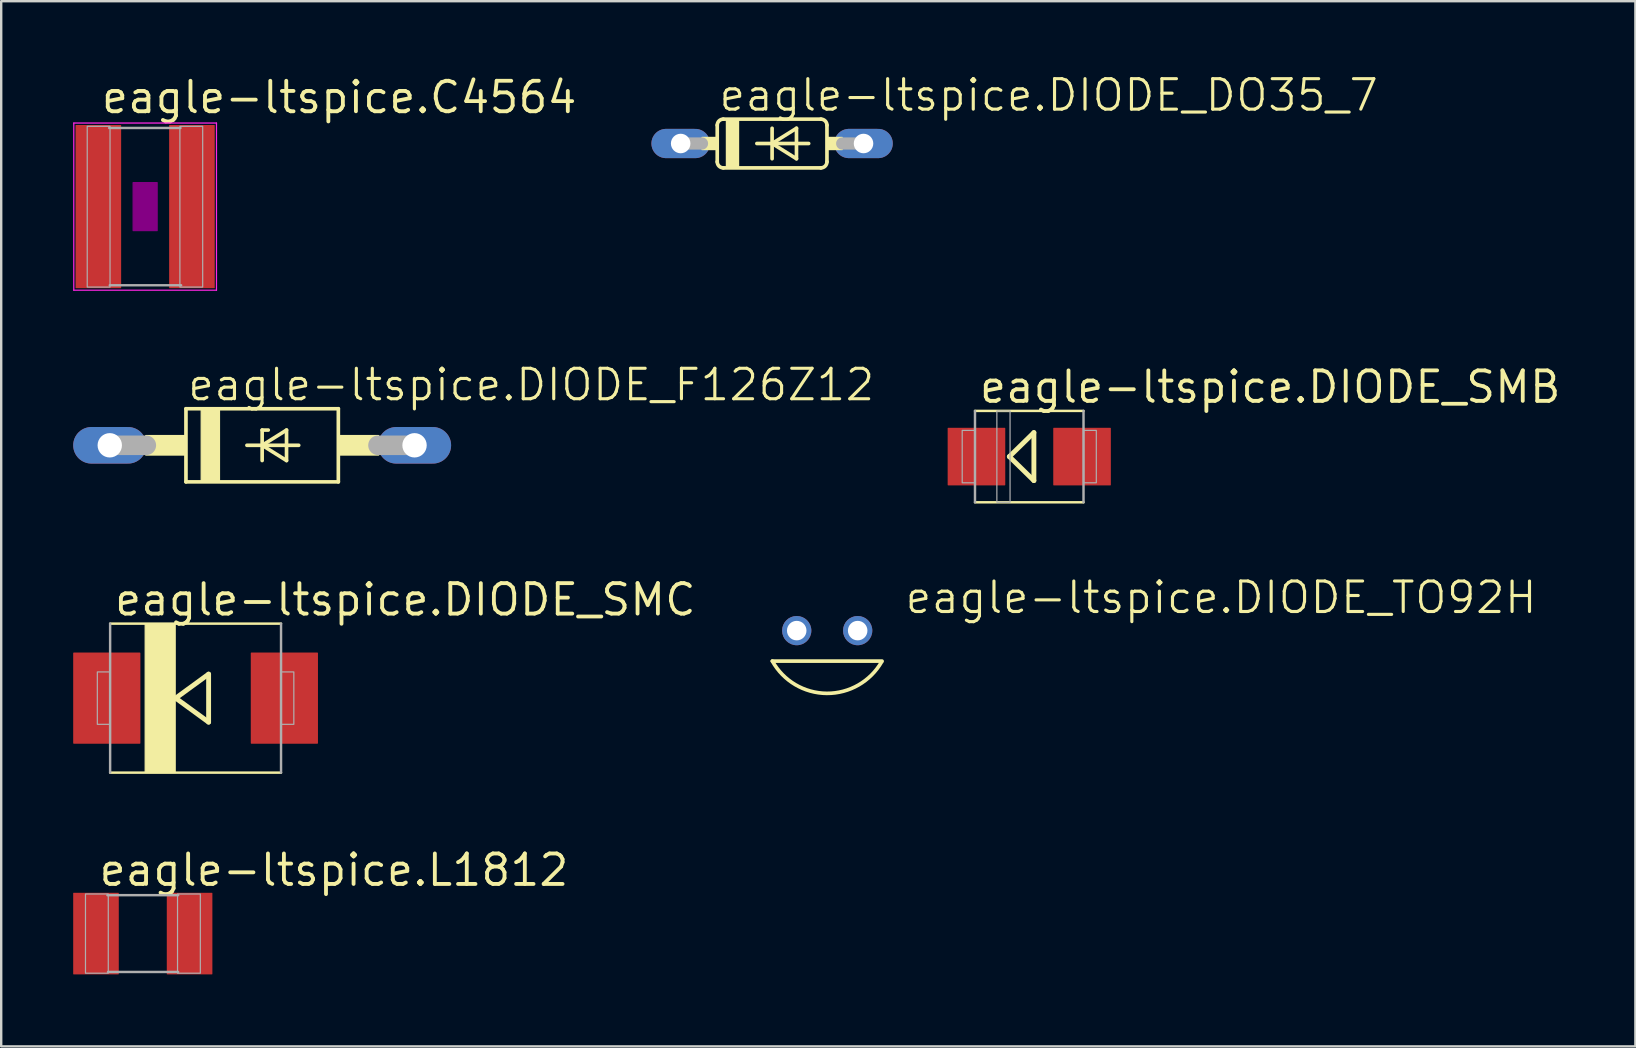
<source format=kicad_pcb>
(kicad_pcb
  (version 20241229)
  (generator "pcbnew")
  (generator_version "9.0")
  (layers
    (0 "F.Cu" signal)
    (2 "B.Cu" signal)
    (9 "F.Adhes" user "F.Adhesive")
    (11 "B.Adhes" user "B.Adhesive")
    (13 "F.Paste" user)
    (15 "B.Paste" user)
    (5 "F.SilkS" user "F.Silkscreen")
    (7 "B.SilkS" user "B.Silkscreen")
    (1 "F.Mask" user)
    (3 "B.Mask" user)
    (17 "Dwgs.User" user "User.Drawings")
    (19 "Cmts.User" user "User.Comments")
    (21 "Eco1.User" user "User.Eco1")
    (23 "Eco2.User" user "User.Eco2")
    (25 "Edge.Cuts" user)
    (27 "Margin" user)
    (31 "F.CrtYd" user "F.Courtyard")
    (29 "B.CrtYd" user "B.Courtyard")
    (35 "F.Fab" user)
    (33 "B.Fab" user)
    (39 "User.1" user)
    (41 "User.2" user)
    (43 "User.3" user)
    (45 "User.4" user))
  (footprint "eagle-ltspice.DIODE_SMC"
    (layer "F.Cu")
    (at 5.1 26.042)
    (property "Reference" "eagle-ltspice.DIODE_SMC" (at -3.459 -3.359 0) (layer "F.SilkS") (effects (font (size 1.27 1.27) (thickness 0.16)) (justify left bottom)))
    (attr smd)
    (fp_line (start -3.561 -3.105) (end 3.561 -3.105) (stroke (width 0.102) (type default)) (layer "F.SilkS"))
    (fp_line (start -3.561 3.105) (end 3.561 3.105) (stroke (width 0.102) (type default)) (layer "F.SilkS"))
    (fp_line (start -0.83 0) (end 0.543 1) (stroke (width 0.203) (type default)) (layer "F.SilkS"))
    (fp_line (start 0.543 -1) (end -0.83 0) (stroke (width 0.203) (type default)) (layer "F.SilkS"))
    (fp_line (start 0.543 1) (end 0.543 -1) (stroke (width 0.203) (type default)) (layer "F.SilkS"))
    (fp_rect (start -2.1 3.1) (end -0.85 -3.1) (stroke (width 0.05) (type default)) (fill yes) (layer "F.SilkS"))
    (fp_line (start -3.561 3.105) (end -3.561 -3.105) (stroke (width 0.102) (type default)) (layer "F.Fab"))
    (fp_line (start 3.561 3.105) (end 3.561 -3.105) (stroke (width 0.102) (type default)) (layer "F.Fab"))
    (fp_rect (start -4.094 1.092) (end -3.561 -1.092) (stroke (width 0.05) (type default)) (fill no) (layer "F.Fab"))
    (fp_rect (start 3.561 1.092) (end 4.094 -1.092) (stroke (width 0.05) (type default)) (fill no) (layer "F.Fab"))
    (pad "A" smd roundrect (at 3.7 0) (size 2.8 3.8) (layers "F.Cu" "F.Mask" "F.Paste") (roundrect_rratio 0.01))
    (pad "C" smd roundrect (at -3.7 0) (size 2.8 3.8) (layers "F.Cu" "F.Mask" "F.Paste") (roundrect_rratio 0.01)))
  (footprint "eagle-ltspice.DIODE_DO35_7"
    (layer "F.Cu")
    (at 29.124 2.93)
    (property "Reference" "eagle-ltspice.DIODE_DO35_7" (at -2.286 -1.27 0) (layer "F.SilkS") (effects (font (size 1.27 1.27) (thickness 0.13)) (justify left bottom)))
    (attr through_hole)
    (fp_line (start -2.286 -0.762) (end -2.286 0.762) (stroke (width 0.152) (type default)) (layer "F.SilkS"))
    (fp_line (start -2.032 -1.016) (end 2.032 -1.016) (stroke (width 0.152) (type default)) (layer "F.SilkS"))
    (fp_line (start -2.032 1.016) (end 2.032 1.016) (stroke (width 0.152) (type default)) (layer "F.SilkS"))
    (fp_line (start -0.635 0) (end 0 0) (stroke (width 0.152) (type default)) (layer "F.SilkS"))
    (fp_line (start 0 -0.635) (end 0 0) (stroke (width 0.152) (type default)) (layer "F.SilkS"))
    (fp_line (start 0 0) (end 0 0.635) (stroke (width 0.152) (type default)) (layer "F.SilkS"))
    (fp_line (start 0 0) (end 1.016 -0.635) (stroke (width 0.152) (type default)) (layer "F.SilkS"))
    (fp_line (start 0 0) (end 1.524 0) (stroke (width 0.152) (type default)) (layer "F.SilkS"))
    (fp_line (start 1.016 -0.635) (end 1.016 0.635) (stroke (width 0.152) (type default)) (layer "F.SilkS"))
    (fp_line (start 1.016 0.635) (end 0 0) (stroke (width 0.152) (type default)) (layer "F.SilkS"))
    (fp_line (start 2.286 -0.762) (end 2.286 0.762) (stroke (width 0.152) (type default)) (layer "F.SilkS"))
    (fp_rect (start -2.921 0.254) (end -2.286 -0.254) (stroke (width 0.05) (type default)) (fill yes) (layer "F.SilkS"))
    (fp_rect (start -1.905 1.016) (end -1.397 -1.016) (stroke (width 0.05) (type default)) (fill yes) (layer "F.SilkS"))
    (fp_rect (start 2.286 0.254) (end 2.921 -0.254) (stroke (width 0.05) (type default)) (fill yes) (layer "F.SilkS"))
    (fp_arc (start -2.286 -0.762) (mid -2.211605 -0.941605) (end -2.032 -1.016) (stroke (width 0.1524) (type default)) (layer "F.SilkS"))
    (fp_arc (start -2.032 1.016) (mid -2.211605 0.941605) (end -2.286 0.762) (stroke (width 0.1524) (type default)) (layer "F.SilkS"))
    (fp_arc (start 2.032 -1.016) (mid 2.211605 -0.941605) (end 2.286 -0.762) (stroke (width 0.1524) (type default)) (layer "F.SilkS"))
    (fp_arc (start 2.286 0.762) (mid 2.211605 0.941605) (end 2.032 1.016) (stroke (width 0.1524) (type default)) (layer "F.SilkS"))
    (fp_line (start -3.81 0) (end -2.921 0) (stroke (width 0.508) (type default)) (layer "F.Fab"))
    (fp_line (start 3.81 0) (end 2.921 0) (stroke (width 0.508) (type default)) (layer "F.Fab"))
    (pad "A" thru_hole oval (at 3.81 0) (size 2.438 1.219) (drill 0.813) (layers "*.Cu" "*.Mask"))
    (pad "C" thru_hole oval (at -3.81 0) (size 2.438 1.219) (drill 0.813) (layers "*.Cu" "*.Mask")))
  (footprint "eagle-ltspice.DIODE_TO92H"
    (layer "F.Cu")
    (at 31.42 23.228)
    (property "Reference" "eagle-ltspice.DIODE_TO92H" (at 3.175 -0.635 0) (layer "F.SilkS") (effects (font (size 1.27 1.27) (thickness 0.13)) (justify left bottom)))
    (attr through_hole)
    (fp_line (start -2.286 1.27) (end 2.286 1.27) (stroke (width 0.152) (type default)) (layer "F.SilkS"))
    (fp_arc (start 2.2705 1.2974) (mid -0.015756 2.615016) (end -2.286 1.27) (stroke (width 0.1524) (type default)) (layer "F.SilkS"))
    (pad "1" thru_hole circle (at -1.27 0) (size 1.219 1.219) (drill 0.813) (layers "*.Cu" "*.Mask"))
    (pad "2" thru_hole circle (at 1.27 0) (size 1.219 1.219) (drill 0.813) (layers "*.Cu" "*.Mask")))
  (footprint "eagle-ltspice.C4564"
    (layer "F.Cu")
    (at 2.998 5.56)
    (property "Reference" "eagle-ltspice.C4564" (at -1.905 -3.81 0) (layer "F.SilkS") (effects (font (size 1.27 1.27) (thickness 0.16)) (justify left bottom)))
    (attr smd)
    (fp_rect (start -0.5 1) (end 0.5 -1) (stroke (width 0.05) (type default)) (fill yes) (layer "F.Adhes"))
    (fp_line (start -2.973 -3.483) (end 2.973 -3.483) (stroke (width 0.051) (type default)) (layer "F.CrtYd"))
    (fp_line (start -2.973 3.483) (end -2.973 -3.483) (stroke (width 0.051) (type default)) (layer "F.CrtYd"))
    (fp_line (start 2.973 -3.483) (end 2.973 3.483) (stroke (width 0.051) (type default)) (layer "F.CrtYd"))
    (fp_line (start 2.973 3.483) (end -2.973 3.483) (stroke (width 0.051) (type default)) (layer "F.CrtYd"))
    (fp_line (start -1.499 -3.277) (end 1.473 -3.277) (stroke (width 0.102) (type default)) (layer "F.Fab"))
    (fp_line (start -1.473 3.277) (end 1.499 3.277) (stroke (width 0.102) (type default)) (layer "F.Fab"))
    (fp_rect (start -2.413 3.353) (end -1.463 -3.347) (stroke (width 0.05) (type default)) (fill no) (layer "F.Fab"))
    (fp_rect (start 1.448 3.353) (end 2.398 -3.347) (stroke (width 0.05) (type default)) (fill no) (layer "F.Fab"))
    (pad "1" smd roundrect (at -1.95 0) (size 1.9 6.8) (layers "F.Cu" "F.Mask" "F.Paste") (roundrect_rratio 0.01))
    (pad "2" smd roundrect (at 1.95 0) (size 1.9 6.8) (layers "F.Cu" "F.Mask" "F.Paste") (roundrect_rratio 0.01)))
  (footprint "eagle-ltspice.L1812"
    (layer "F.Cu")
    (at 2.9 35.853)
    (property "Reference" "eagle-ltspice.L1812" (at -1.905 -1.905 0) (layer "F.SilkS") (effects (font (size 1.27 1.27) (thickness 0.16)) (justify left bottom)))
    (attr smd)
    (fp_line (start -1.473 -1.6) (end 1.473 -1.6) (stroke (width 0.102) (type default)) (layer "F.Fab"))
    (fp_line (start -1.448 1.6) (end 1.473 1.6) (stroke (width 0.102) (type default)) (layer "F.Fab"))
    (fp_rect (start -2.388 1.651) (end -1.438 -1.649) (stroke (width 0.05) (type default)) (fill no) (layer "F.Fab"))
    (fp_rect (start 1.448 1.651) (end 2.398 -1.649) (stroke (width 0.05) (type default)) (fill no) (layer "F.Fab"))
    (pad "1" smd roundrect (at -1.95 0) (size 1.9 3.4) (layers "F.Cu" "F.Mask" "F.Paste") (roundrect_rratio 0.01))
    (pad "2" smd roundrect (at 1.95 0) (size 1.9 3.4) (layers "F.Cu" "F.Mask" "F.Paste") (roundrect_rratio 0.01)))
  (footprint "eagle-ltspice.DIODE_SMB"
    (layer "F.Cu")
    (at 39.84 15.977)
    (property "Reference" "eagle-ltspice.DIODE_SMB" (at -2.159 -2.159 0) (layer "F.SilkS") (effects (font (size 1.27 1.27) (thickness 0.16)) (justify left bottom)))
    (attr smd)
    (fp_line (start -2.261 -1.905) (end 2.261 -1.905) (stroke (width 0.102) (type default)) (layer "F.SilkS"))
    (fp_line (start -2.261 1.905) (end 2.261 1.905) (stroke (width 0.102) (type default)) (layer "F.SilkS"))
    (fp_line (start -0.83 0) (end 0.193 1) (stroke (width 0.203) (type default)) (layer "F.SilkS"))
    (fp_line (start 0.193 -1) (end -0.83 0) (stroke (width 0.203) (type default)) (layer "F.SilkS"))
    (fp_line (start 0.193 1) (end 0.193 -1) (stroke (width 0.203) (type default)) (layer "F.SilkS"))
    (fp_line (start -2.261 1.905) (end -2.261 -1.905) (stroke (width 0.102) (type default)) (layer "F.Fab"))
    (fp_line (start 2.261 1.905) (end 2.261 -1.905) (stroke (width 0.102) (type default)) (layer "F.Fab"))
    (fp_rect (start -2.794 1.092) (end -2.261 -1.092) (stroke (width 0.05) (type default)) (fill no) (layer "F.Fab"))
    (fp_rect (start -1.35 1.9) (end -0.8 -1.9) (stroke (width 0.05) (type default)) (fill no) (layer "F.Fab"))
    (fp_rect (start 2.261 1.092) (end 2.794 -1.092) (stroke (width 0.05) (type default)) (fill no) (layer "F.Fab"))
    (pad "A" smd roundrect (at 2.2 0) (size 2.4 2.4) (layers "F.Cu" "F.Mask" "F.Paste") (roundrect_rratio 0.01))
    (pad "C" smd roundrect (at -2.2 0) (size 2.4 2.4) (layers "F.Cu" "F.Mask" "F.Paste") (roundrect_rratio 0.01)))
  (footprint "eagle-ltspice.DIODE_F126Z12"
    (layer "F.Cu")
    (at 7.874 15.506)
    (property "Reference" "eagle-ltspice.DIODE_F126Z12" (at -3.175 -1.778 0) (layer "F.SilkS") (effects (font (size 1.27 1.27) (thickness 0.13)) (justify left bottom)))
    (attr through_hole)
    (fp_line (start -3.175 -1.524) (end -3.175 1.524) (stroke (width 0.152) (type default)) (layer "F.SilkS"))
    (fp_line (start -3.175 1.524) (end 3.175 1.524) (stroke (width 0.152) (type default)) (layer "F.SilkS"))
    (fp_line (start -0.635 0) (end 0 0) (stroke (width 0.152) (type default)) (layer "F.SilkS"))
    (fp_line (start 0 -0.635) (end 0 0) (stroke (width 0.152) (type default)) (layer "F.SilkS"))
    (fp_line (start 0 0) (end 0 0.635) (stroke (width 0.152) (type default)) (layer "F.SilkS"))
    (fp_line (start 0 0) (end 1.016 -0.635) (stroke (width 0.152) (type default)) (layer "F.SilkS"))
    (fp_line (start 0 0) (end 1.524 0) (stroke (width 0.152) (type default)) (layer "F.SilkS"))
    (fp_line (start 0.254 -0.635) (end 0 -0.635) (stroke (width 0.152) (type default)) (layer "F.SilkS"))
    (fp_line (start 1.016 -0.635) (end 1.016 0.635) (stroke (width 0.152) (type default)) (layer "F.SilkS"))
    (fp_line (start 1.016 0.635) (end 0 0) (stroke (width 0.152) (type default)) (layer "F.SilkS"))
    (fp_line (start 3.175 -1.524) (end -3.175 -1.524) (stroke (width 0.152) (type default)) (layer "F.SilkS"))
    (fp_line (start 3.175 1.524) (end 3.175 -1.524) (stroke (width 0.152) (type default)) (layer "F.SilkS"))
    (fp_rect (start -4.851 0.406) (end -3.175 -0.406) (stroke (width 0.05) (type default)) (fill yes) (layer "F.SilkS"))
    (fp_rect (start -2.54 1.524) (end -1.778 -1.524) (stroke (width 0.05) (type default)) (fill yes) (layer "F.SilkS"))
    (fp_rect (start 3.175 0.406) (end 4.851 -0.406) (stroke (width 0.05) (type default)) (fill yes) (layer "F.SilkS"))
    (fp_line (start -6.35 0) (end -4.826 0) (stroke (width 0.813) (type default)) (layer "F.Fab"))
    (fp_line (start 6.35 0) (end 4.826 0) (stroke (width 0.813) (type default)) (layer "F.Fab"))
    (pad "A" thru_hole oval (at 6.35 0) (size 3.048 1.524) (drill 1.016) (layers "*.Cu" "*.Mask"))
    (pad "C" thru_hole oval (at -6.35 0) (size 3.048 1.524) (drill 1.016) (layers "*.Cu" "*.Mask")))
  (gr_rect
    (start -3 -3)
    (end 65.098 40.553)
    (stroke (width 0.1) (type default))
    (fill no)
    (layer "Edge.Cuts")))
</source>
